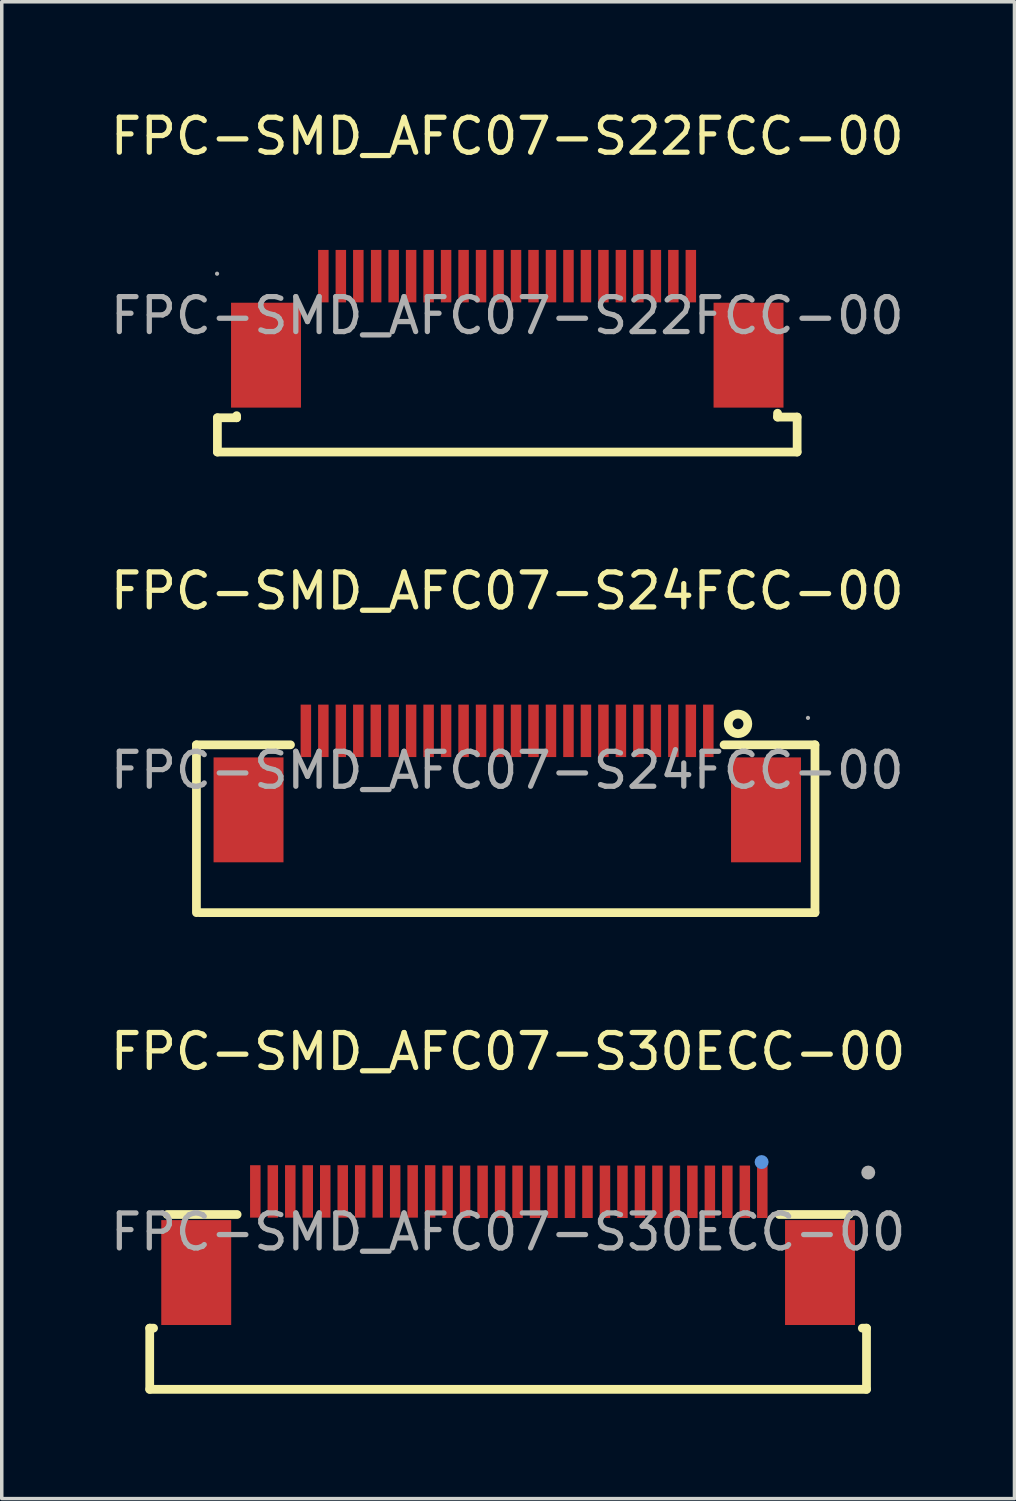
<source format=kicad_pcb>
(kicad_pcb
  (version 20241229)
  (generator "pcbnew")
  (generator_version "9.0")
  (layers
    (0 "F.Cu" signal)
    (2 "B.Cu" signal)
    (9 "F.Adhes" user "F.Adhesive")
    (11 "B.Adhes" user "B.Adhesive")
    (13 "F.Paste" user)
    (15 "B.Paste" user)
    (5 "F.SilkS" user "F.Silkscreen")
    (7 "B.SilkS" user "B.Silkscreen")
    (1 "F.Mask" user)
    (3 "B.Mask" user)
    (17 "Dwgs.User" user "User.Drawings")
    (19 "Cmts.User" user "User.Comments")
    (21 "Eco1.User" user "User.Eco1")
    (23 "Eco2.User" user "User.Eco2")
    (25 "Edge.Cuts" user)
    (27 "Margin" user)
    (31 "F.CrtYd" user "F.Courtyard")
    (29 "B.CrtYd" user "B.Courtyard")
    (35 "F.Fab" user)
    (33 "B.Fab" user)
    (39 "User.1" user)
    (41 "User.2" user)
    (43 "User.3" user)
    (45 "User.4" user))
  (footprint "FPC-SMD_AFC07-S30ECC-00"
    (layer "F.Cu")
    (at 11.482 32.185)
    (property "Reference" "FPC-SMD_AFC07-S30ECC-00" (at 0 -5.16 0) (layer "F.SilkS") (effects (font (size 1 1) (thickness 0.15))))
    (attr through_hole)
    (fp_line (start -10.25 2.75) (end -10.14 2.75) (stroke (width 0.25) (type solid)) (layer "F.SilkS"))
    (fp_line (start -10.25 4.5) (end -10.25 2.75) (stroke (width 0.25) (type solid)) (layer "F.SilkS"))
    (fp_line (start -9.75 -0.5) (end -7.75 -0.5) (stroke (width 0.25) (type solid)) (layer "F.SilkS"))
    (fp_line (start 9.75 -0.5) (end 7.75 -0.5) (stroke (width 0.25) (type solid)) (layer "F.SilkS"))
    (fp_line (start 10.13 2.75) (end 10.25 2.75) (stroke (width 0.25) (type solid)) (layer "F.SilkS"))
    (fp_line (start 10.25 2.75) (end 10.25 4.5) (stroke (width 0.25) (type solid)) (layer "F.SilkS"))
    (fp_line (start 10.25 4.5) (end -10.25 4.5) (stroke (width 0.25) (type solid)) (layer "F.SilkS"))
    (fp_circle (center 7.25 -2) (end 7.35 -2) (stroke (width 0.2) (type solid)) (fill no) (layer "Cmts.User"))
    (fp_circle (center 10.3 -1.7) (end 10.4 -1.7) (stroke (width 0.2) (type solid)) (fill no) (layer "F.Fab"))
    (fp_text user "${REFERENCE}" (at 0 0 0) (layer "F.Fab") (effects (font (size 1 1) (thickness 0.15))))
    (pad "1" smd rect (at 7.27 -1.15 180) (size 0.3 1.5) (layers "F.Cu" "F.Mask" "F.Paste"))
    (pad "2" smd rect (at 6.77 -1.15 180) (size 0.3 1.5) (layers "F.Cu" "F.Mask" "F.Paste"))
    (pad "3" smd rect (at 6.27 -1.15 180) (size 0.3 1.5) (layers "F.Cu" "F.Mask" "F.Paste"))
    (pad "4" smd rect (at 5.77 -1.15 180) (size 0.3 1.5) (layers "F.Cu" "F.Mask" "F.Paste"))
    (pad "5" smd rect (at 5.27 -1.15 180) (size 0.3 1.5) (layers "F.Cu" "F.Mask" "F.Paste"))
    (pad "6" smd rect (at 4.77 -1.15 180) (size 0.3 1.5) (layers "F.Cu" "F.Mask" "F.Paste"))
    (pad "7" smd rect (at 4.27 -1.15 180) (size 0.3 1.5) (layers "F.Cu" "F.Mask" "F.Paste"))
    (pad "8" smd rect (at 3.77 -1.15 180) (size 0.3 1.5) (layers "F.Cu" "F.Mask" "F.Paste"))
    (pad "9" smd rect (at 3.27 -1.15 180) (size 0.3 1.5) (layers "F.Cu" "F.Mask" "F.Paste"))
    (pad "10" smd rect (at 2.77 -1.15 180) (size 0.3 1.5) (layers "F.Cu" "F.Mask" "F.Paste"))
    (pad "11" smd rect (at 2.27 -1.15 180) (size 0.3 1.5) (layers "F.Cu" "F.Mask" "F.Paste"))
    (pad "12" smd rect (at 1.77 -1.15 180) (size 0.3 1.5) (layers "F.Cu" "F.Mask" "F.Paste"))
    (pad "13" smd rect (at 1.27 -1.15 180) (size 0.3 1.5) (layers "F.Cu" "F.Mask" "F.Paste"))
    (pad "14" smd rect (at 0.77 -1.15 180) (size 0.3 1.5) (layers "F.Cu" "F.Mask" "F.Paste"))
    (pad "15" smd rect (at 0.27 -1.15 180) (size 0.3 1.5) (layers "F.Cu" "F.Mask" "F.Paste"))
    (pad "16" smd rect (at -0.23 -1.15 180) (size 0.3 1.5) (layers "F.Cu" "F.Mask" "F.Paste"))
    (pad "17" smd rect (at -0.73 -1.15 180) (size 0.3 1.5) (layers "F.Cu" "F.Mask" "F.Paste"))
    (pad "18" smd rect (at -1.23 -1.15 180) (size 0.3 1.5) (layers "F.Cu" "F.Mask" "F.Paste"))
    (pad "19" smd rect (at -1.73 -1.15 180) (size 0.3 1.5) (layers "F.Cu" "F.Mask" "F.Paste"))
    (pad "20" smd rect (at -2.23 -1.16 180) (size 0.3 1.5) (layers "F.Cu" "F.Mask" "F.Paste"))
    (pad "21" smd rect (at -2.73 -1.16 180) (size 0.3 1.5) (layers "F.Cu" "F.Mask" "F.Paste"))
    (pad "22" smd rect (at -3.23 -1.16 180) (size 0.3 1.5) (layers "F.Cu" "F.Mask" "F.Paste"))
    (pad "23" smd rect (at -3.73 -1.16 180) (size 0.3 1.5) (layers "F.Cu" "F.Mask" "F.Paste"))
    (pad "24" smd rect (at -4.23 -1.16 180) (size 0.3 1.5) (layers "F.Cu" "F.Mask" "F.Paste"))
    (pad "25" smd rect (at -4.73 -1.16 180) (size 0.3 1.5) (layers "F.Cu" "F.Mask" "F.Paste"))
    (pad "26" smd rect (at -5.23 -1.16 180) (size 0.3 1.5) (layers "F.Cu" "F.Mask" "F.Paste"))
    (pad "27" smd rect (at -5.73 -1.16 180) (size 0.3 1.5) (layers "F.Cu" "F.Mask" "F.Paste"))
    (pad "28" smd rect (at -6.23 -1.16 180) (size 0.3 1.5) (layers "F.Cu" "F.Mask" "F.Paste"))
    (pad "29" smd rect (at -6.73 -1.16 180) (size 0.3 1.5) (layers "F.Cu" "F.Mask" "F.Paste"))
    (pad "30" smd rect (at -7.23 -1.16 180) (size 0.3 1.5) (layers "F.Cu" "F.Mask" "F.Paste"))
    (pad "31" smd rect (at -8.92 1.16) (size 2 3) (layers "F.Cu" "F.Mask" "F.Paste"))
    (pad "32" smd rect (at 8.92 1.16 180) (size 2 3) (layers "F.Cu" "F.Mask" "F.Paste")))
  (footprint "FPC-SMD_AFC07-S24FCC-00"
    (layer "F.Cu")
    (at 11.458 18.982)
    (property "Reference" "FPC-SMD_AFC07-S24FCC-00" (at 0 -5.13 0) (layer "F.SilkS") (effects (font (size 1 1) (thickness 0.15))))
    (attr through_hole)
    (fp_line (start -8.89 -0.73) (end -6.2 -0.73) (stroke (width 0.25) (type solid)) (layer "F.SilkS"))
    (fp_line (start -8.89 4.07) (end -8.89 -0.73) (stroke (width 0.25) (type solid)) (layer "F.SilkS"))
    (fp_line (start 6.2 -0.73) (end 8.8 -0.73) (stroke (width 0.25) (type solid)) (layer "F.SilkS"))
    (fp_line (start 8.8 -0.73) (end 8.8 4.07) (stroke (width 0.25) (type solid)) (layer "F.SilkS"))
    (fp_line (start 8.8 4.07) (end -8.8 4.07) (stroke (width 0.25) (type solid)) (layer "F.SilkS"))
    (fp_circle (center 6.6 -1.33) (end 6.88 -1.33) (stroke (width 0.25) (type solid)) (fill no) (layer "F.SilkS"))
    (fp_circle (center 8.6 -1.5) (end 8.63 -1.5) (stroke (width 0.06) (type solid)) (fill no) (layer "F.Fab"))
    (fp_text user "${REFERENCE}" (at 0 0 0) (layer "F.Fab") (effects (font (size 1 1) (thickness 0.15))))
    (pad "1" smd rect (at 5.75 -1.13 180) (size 0.3 1.5) (layers "F.Cu" "F.Mask" "F.Paste"))
    (pad "2" smd rect (at 5.25 -1.13 180) (size 0.3 1.5) (layers "F.Cu" "F.Mask" "F.Paste"))
    (pad "3" smd rect (at 4.75 -1.13 180) (size 0.3 1.5) (layers "F.Cu" "F.Mask" "F.Paste"))
    (pad "4" smd rect (at 4.25 -1.13 180) (size 0.3 1.5) (layers "F.Cu" "F.Mask" "F.Paste"))
    (pad "5" smd rect (at 3.75 -1.13 180) (size 0.3 1.5) (layers "F.Cu" "F.Mask" "F.Paste"))
    (pad "6" smd rect (at 3.25 -1.13 180) (size 0.3 1.5) (layers "F.Cu" "F.Mask" "F.Paste"))
    (pad "7" smd rect (at 2.75 -1.13 180) (size 0.3 1.5) (layers "F.Cu" "F.Mask" "F.Paste"))
    (pad "8" smd rect (at 2.25 -1.13 180) (size 0.3 1.5) (layers "F.Cu" "F.Mask" "F.Paste"))
    (pad "9" smd rect (at 1.75 -1.13 180) (size 0.3 1.5) (layers "F.Cu" "F.Mask" "F.Paste"))
    (pad "10" smd rect (at 1.25 -1.13 180) (size 0.3 1.5) (layers "F.Cu" "F.Mask" "F.Paste"))
    (pad "11" smd rect (at 0.75 -1.13 180) (size 0.3 1.5) (layers "F.Cu" "F.Mask" "F.Paste"))
    (pad "12" smd rect (at 0.25 -1.13 180) (size 0.3 1.5) (layers "F.Cu" "F.Mask" "F.Paste"))
    (pad "13" smd rect (at -0.25 -1.13 180) (size 0.3 1.5) (layers "F.Cu" "F.Mask" "F.Paste"))
    (pad "14" smd rect (at -0.75 -1.13 180) (size 0.3 1.5) (layers "F.Cu" "F.Mask" "F.Paste"))
    (pad "15" smd rect (at -1.25 -1.13 180) (size 0.3 1.5) (layers "F.Cu" "F.Mask" "F.Paste"))
    (pad "16" smd rect (at -1.75 -1.13 180) (size 0.3 1.5) (layers "F.Cu" "F.Mask" "F.Paste"))
    (pad "17" smd rect (at -2.25 -1.13 180) (size 0.3 1.5) (layers "F.Cu" "F.Mask" "F.Paste"))
    (pad "18" smd rect (at -2.75 -1.13 180) (size 0.3 1.5) (layers "F.Cu" "F.Mask" "F.Paste"))
    (pad "19" smd rect (at -3.25 -1.13 180) (size 0.3 1.5) (layers "F.Cu" "F.Mask" "F.Paste"))
    (pad "20" smd rect (at -3.76 -1.13 180) (size 0.3 1.5) (layers "F.Cu" "F.Mask" "F.Paste"))
    (pad "21" smd rect (at -4.26 -1.13 180) (size 0.3 1.5) (layers "F.Cu" "F.Mask" "F.Paste"))
    (pad "22" smd rect (at -4.76 -1.13 180) (size 0.3 1.5) (layers "F.Cu" "F.Mask" "F.Paste"))
    (pad "23" smd rect (at -5.26 -1.13 180) (size 0.3 1.5) (layers "F.Cu" "F.Mask" "F.Paste"))
    (pad "24" smd rect (at -5.76 -1.13 180) (size 0.3 1.5) (layers "F.Cu" "F.Mask" "F.Paste"))
    (pad "25" smd rect (at -7.4 1.13) (size 2 3) (layers "F.Cu" "F.Mask" "F.Paste"))
    (pad "26" smd rect (at 7.4 1.13 180) (size 2 3) (layers "F.Cu" "F.Mask" "F.Paste")))
  (footprint "FPC-SMD_AFC07-S22FCC-00"
    (layer "F.Cu")
    (at 11.458 5.978)
    (property "Reference" "FPC-SMD_AFC07-S22FCC-00" (at 0 -5.13 0) (layer "F.SilkS") (effects (font (size 1 1) (thickness 0.15))))
    (attr through_hole)
    (fp_line (start -8.29 2.92) (end -8.29 3.9) (stroke (width 0.25) (type solid)) (layer "F.SilkS"))
    (fp_line (start -8.29 3.9) (end 8.29 3.9) (stroke (width 0.25) (type solid)) (layer "F.SilkS"))
    (fp_line (start -7.74 2.86) (end -7.74 2.92) (stroke (width 0.25) (type solid)) (layer "F.SilkS"))
    (fp_line (start -7.74 2.92) (end -8.29 2.92) (stroke (width 0.25) (type solid)) (layer "F.SilkS"))
    (fp_line (start 7.73 2.9) (end 7.73 2.79) (stroke (width 0.25) (type solid)) (layer "F.SilkS"))
    (fp_line (start 8.29 2.9) (end 7.73 2.9) (stroke (width 0.25) (type solid)) (layer "F.SilkS"))
    (fp_line (start 8.29 3.9) (end 8.29 2.9) (stroke (width 0.25) (type solid)) (layer "F.SilkS"))
    (fp_circle (center -8.3 -1.2) (end -8.27 -1.2) (stroke (width 0.06) (type solid)) (fill no) (layer "F.Fab"))
    (fp_text user "${REFERENCE}" (at 0 0 0) (layer "F.Fab") (effects (font (size 1 1) (thickness 0.15))))
    (pad "1" smd rect (at 5.25 -1.13 180) (size 0.3 1.5) (layers "F.Cu" "F.Mask" "F.Paste"))
    (pad "2" smd rect (at 4.75 -1.13 180) (size 0.3 1.5) (layers "F.Cu" "F.Mask" "F.Paste"))
    (pad "3" smd rect (at 4.25 -1.13 180) (size 0.3 1.5) (layers "F.Cu" "F.Mask" "F.Paste"))
    (pad "4" smd rect (at 3.75 -1.13 180) (size 0.3 1.5) (layers "F.Cu" "F.Mask" "F.Paste"))
    (pad "5" smd rect (at 3.25 -1.13 180) (size 0.3 1.5) (layers "F.Cu" "F.Mask" "F.Paste"))
    (pad "6" smd rect (at 2.75 -1.13 180) (size 0.3 1.5) (layers "F.Cu" "F.Mask" "F.Paste"))
    (pad "7" smd rect (at 2.25 -1.13 180) (size 0.3 1.5) (layers "F.Cu" "F.Mask" "F.Paste"))
    (pad "8" smd rect (at 1.75 -1.13 180) (size 0.3 1.5) (layers "F.Cu" "F.Mask" "F.Paste"))
    (pad "9" smd rect (at 1.25 -1.13 180) (size 0.3 1.5) (layers "F.Cu" "F.Mask" "F.Paste"))
    (pad "10" smd rect (at 0.75 -1.13 180) (size 0.3 1.5) (layers "F.Cu" "F.Mask" "F.Paste"))
    (pad "11" smd rect (at 0.25 -1.13 180) (size 0.3 1.5) (layers "F.Cu" "F.Mask" "F.Paste"))
    (pad "12" smd rect (at -0.25 -1.13 180) (size 0.3 1.5) (layers "F.Cu" "F.Mask" "F.Paste"))
    (pad "13" smd rect (at -0.75 -1.13 180) (size 0.3 1.5) (layers "F.Cu" "F.Mask" "F.Paste"))
    (pad "14" smd rect (at -1.25 -1.13 180) (size 0.3 1.5) (layers "F.Cu" "F.Mask" "F.Paste"))
    (pad "15" smd rect (at -1.75 -1.13 180) (size 0.3 1.5) (layers "F.Cu" "F.Mask" "F.Paste"))
    (pad "16" smd rect (at -2.25 -1.13 180) (size 0.3 1.5) (layers "F.Cu" "F.Mask" "F.Paste"))
    (pad "17" smd rect (at -2.75 -1.13 180) (size 0.3 1.5) (layers "F.Cu" "F.Mask" "F.Paste"))
    (pad "18" smd rect (at -3.25 -1.13 180) (size 0.3 1.5) (layers "F.Cu" "F.Mask" "F.Paste"))
    (pad "19" smd rect (at -3.75 -1.13 180) (size 0.3 1.5) (layers "F.Cu" "F.Mask" "F.Paste"))
    (pad "20" smd rect (at -4.26 -1.13 180) (size 0.3 1.5) (layers "F.Cu" "F.Mask" "F.Paste"))
    (pad "21" smd rect (at -4.76 -1.13 180) (size 0.3 1.5) (layers "F.Cu" "F.Mask" "F.Paste"))
    (pad "22" smd rect (at -5.26 -1.13 180) (size 0.3 1.5) (layers "F.Cu" "F.Mask" "F.Paste"))
    (pad "23" smd rect (at -6.9 1.13) (size 2 3) (layers "F.Cu" "F.Mask" "F.Paste"))
    (pad "24" smd rect (at 6.9 1.13 180) (size 2 3) (layers "F.Cu" "F.Mask" "F.Paste")))
  (gr_rect
    (start -3 -3)
    (end 25.964 39.81)
    (stroke (width 0.1) (type default))
    (fill no)
    (layer "Edge.Cuts")))
</source>
